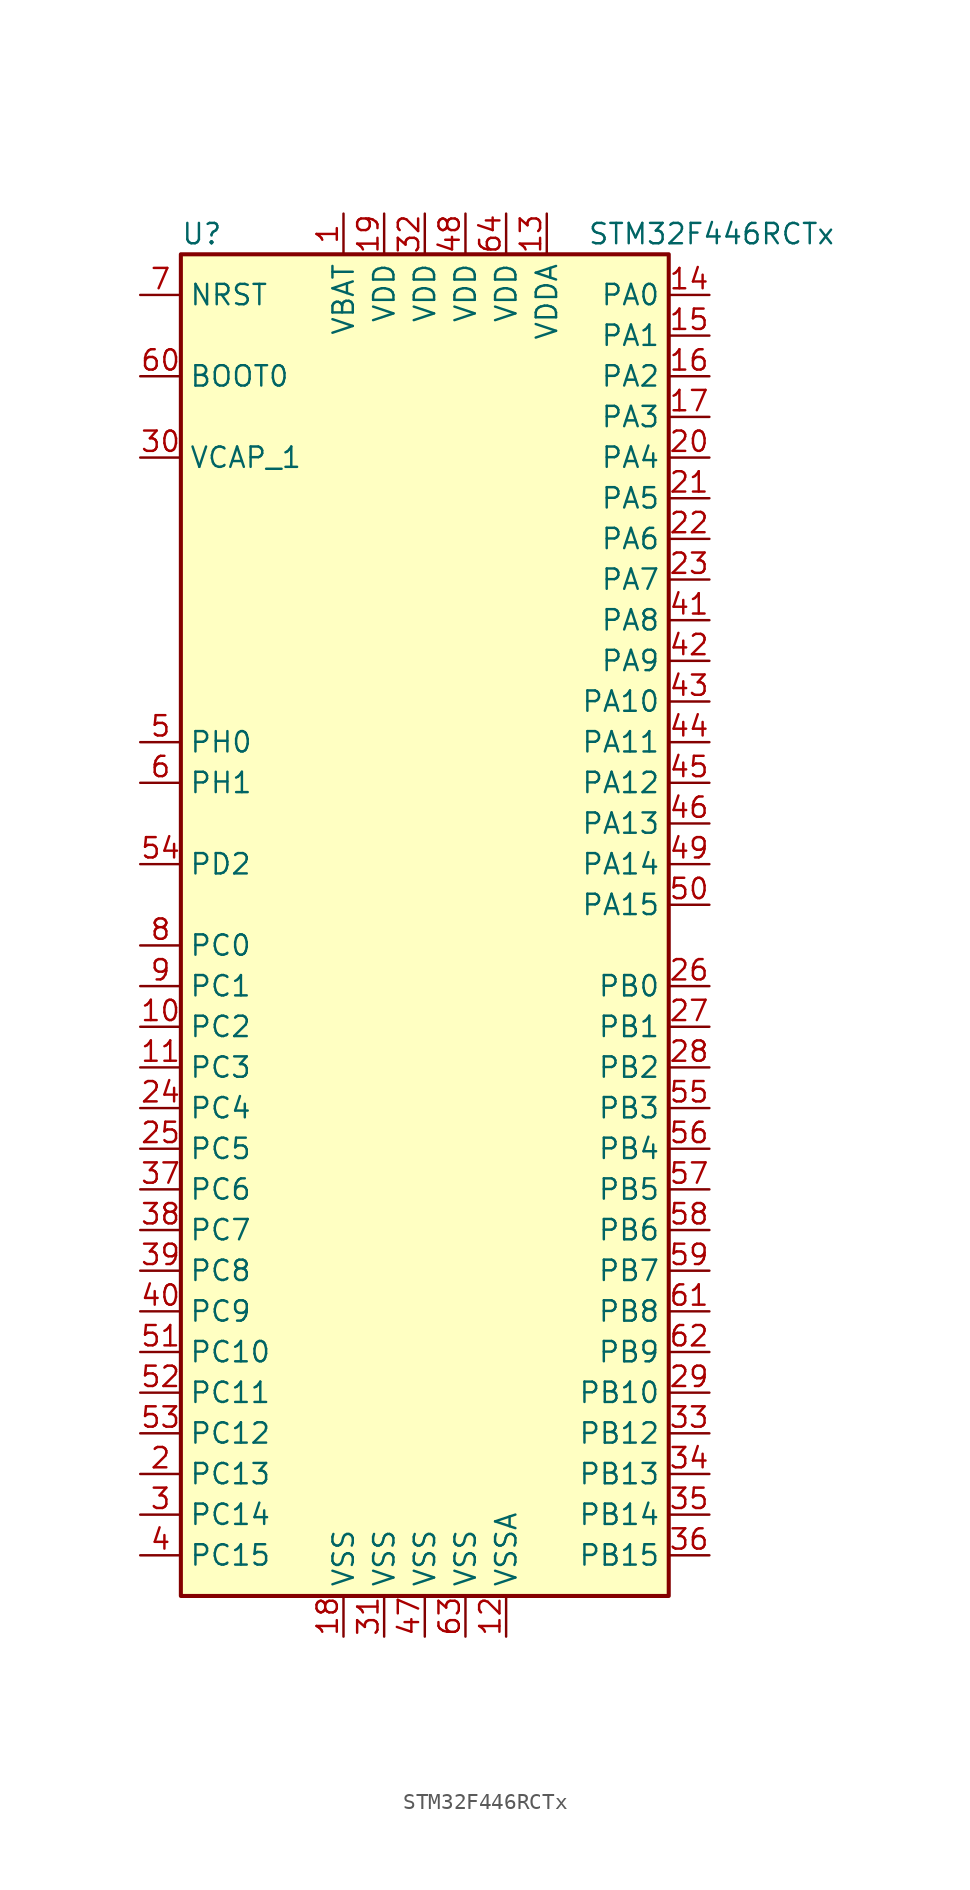
<source format=kicad_sym>
(kicad_symbol_lib
  (version 20211014)
  (generator kicad_symbol_editor)
  (symbol "STM32F446RCTx"
    (property "Reference" "U"
      (at -15.24 41.91 0)
      (effects (font (size 1.27 1.27)) (justify left)))
    (property "Value" "STM32F446RCTx"
      (at 10.16 41.91 0)
      (effects (font (size 1.27 1.27)) (justify left)))
    (symbol "STM32F446RCTx_0_1"
      (rectangle (start -15.24 -43.18) (end 15.24 40.64) (stroke (width 0.254) (type default) (color 0 0 0 0)) (fill (type background))))
    (symbol "STM32F446RCTx_1_1"
      (pin power_in line (at -5.08 43.18 270) (length 2.54) (name "VBAT" (effects (font (size 1.27 1.27)))) (number "1" (effects (font (size 1.27 1.27)))))
      (pin tri_state line (at -17.78 -7.62 0) (length 2.54) (name "PC2" (effects (font (size 1.27 1.27)))) (number "10" (effects (font (size 1.27 1.27)))))
      (pin tri_state line (at -17.78 -10.16 0) (length 2.54) (name "PC3" (effects (font (size 1.27 1.27)))) (number "11" (effects (font (size 1.27 1.27)))))
      (pin power_in line (at 5.08 -45.72 90) (length 2.54) (name "VSSA" (effects (font (size 1.27 1.27)))) (number "12" (effects (font (size 1.27 1.27)))))
      (pin power_in line (at 7.62 43.18 270) (length 2.54) (name "VDDA" (effects (font (size 1.27 1.27)))) (number "13" (effects (font (size 1.27 1.27)))))
      (pin tri_state line (at 17.78 38.1 180) (length 2.54) (name "PA0" (effects (font (size 1.27 1.27)))) (number "14" (effects (font (size 1.27 1.27)))))
      (pin tri_state line (at 17.78 35.56 180) (length 2.54) (name "PA1" (effects (font (size 1.27 1.27)))) (number "15" (effects (font (size 1.27 1.27)))))
      (pin tri_state line (at 17.78 33.02 180) (length 2.54) (name "PA2" (effects (font (size 1.27 1.27)))) (number "16" (effects (font (size 1.27 1.27)))))
      (pin tri_state line (at 17.78 30.48 180) (length 2.54) (name "PA3" (effects (font (size 1.27 1.27)))) (number "17" (effects (font (size 1.27 1.27)))))
      (pin power_in line (at -5.08 -45.72 90) (length 2.54) (name "VSS" (effects (font (size 1.27 1.27)))) (number "18" (effects (font (size 1.27 1.27)))))
      (pin power_in line (at -2.54 43.18 270) (length 2.54) (name "VDD" (effects (font (size 1.27 1.27)))) (number "19" (effects (font (size 1.27 1.27)))))
      (pin tri_state line (at -17.78 -35.56 0) (length 2.54) (name "PC13" (effects (font (size 1.27 1.27)))) (number "2" (effects (font (size 1.27 1.27)))))
      (pin tri_state line (at 17.78 27.94 180) (length 2.54) (name "PA4" (effects (font (size 1.27 1.27)))) (number "20" (effects (font (size 1.27 1.27)))))
      (pin tri_state line (at 17.78 25.4 180) (length 2.54) (name "PA5" (effects (font (size 1.27 1.27)))) (number "21" (effects (font (size 1.27 1.27)))))
      (pin tri_state line (at 17.78 22.86 180) (length 2.54) (name "PA6" (effects (font (size 1.27 1.27)))) (number "22" (effects (font (size 1.27 1.27)))))
      (pin tri_state line (at 17.78 20.32 180) (length 2.54) (name "PA7" (effects (font (size 1.27 1.27)))) (number "23" (effects (font (size 1.27 1.27)))))
      (pin tri_state line (at -17.78 -12.7 0) (length 2.54) (name "PC4" (effects (font (size 1.27 1.27)))) (number "24" (effects (font (size 1.27 1.27)))))
      (pin tri_state line (at -17.78 -15.24 0) (length 2.54) (name "PC5" (effects (font (size 1.27 1.27)))) (number "25" (effects (font (size 1.27 1.27)))))
      (pin tri_state line (at 17.78 -5.08 180) (length 2.54) (name "PB0" (effects (font (size 1.27 1.27)))) (number "26" (effects (font (size 1.27 1.27)))))
      (pin tri_state line (at 17.78 -7.62 180) (length 2.54) (name "PB1" (effects (font (size 1.27 1.27)))) (number "27" (effects (font (size 1.27 1.27)))))
      (pin tri_state line (at 17.78 -10.16 180) (length 2.54) (name "PB2" (effects (font (size 1.27 1.27)))) (number "28" (effects (font (size 1.27 1.27)))))
      (pin tri_state line (at 17.78 -30.48 180) (length 2.54) (name "PB10" (effects (font (size 1.27 1.27)))) (number "29" (effects (font (size 1.27 1.27)))))
      (pin tri_state line (at -17.78 -38.1 0) (length 2.54) (name "PC14" (effects (font (size 1.27 1.27)))) (number "3" (effects (font (size 1.27 1.27)))))
      (pin power_out line (at -17.78 27.94 0) (length 2.54) (name "VCAP_1" (effects (font (size 1.27 1.27)))) (number "30" (effects (font (size 1.27 1.27)))))
      (pin power_in line (at -2.54 -45.72 90) (length 2.54) (name "VSS" (effects (font (size 1.27 1.27)))) (number "31" (effects (font (size 1.27 1.27)))))
      (pin power_in line (at 0 43.18 270) (length 2.54) (name "VDD" (effects (font (size 1.27 1.27)))) (number "32" (effects (font (size 1.27 1.27)))))
      (pin tri_state line (at 17.78 -33.02 180) (length 2.54) (name "PB12" (effects (font (size 1.27 1.27)))) (number "33" (effects (font (size 1.27 1.27)))))
      (pin tri_state line (at 17.78 -35.56 180) (length 2.54) (name "PB13" (effects (font (size 1.27 1.27)))) (number "34" (effects (font (size 1.27 1.27)))))
      (pin tri_state line (at 17.78 -38.1 180) (length 2.54) (name "PB14" (effects (font (size 1.27 1.27)))) (number "35" (effects (font (size 1.27 1.27)))))
      (pin tri_state line (at 17.78 -40.64 180) (length 2.54) (name "PB15" (effects (font (size 1.27 1.27)))) (number "36" (effects (font (size 1.27 1.27)))))
      (pin tri_state line (at -17.78 -17.78 0) (length 2.54) (name "PC6" (effects (font (size 1.27 1.27)))) (number "37" (effects (font (size 1.27 1.27)))))
      (pin tri_state line (at -17.78 -20.32 0) (length 2.54) (name "PC7" (effects (font (size 1.27 1.27)))) (number "38" (effects (font (size 1.27 1.27)))))
      (pin tri_state line (at -17.78 -22.86 0) (length 2.54) (name "PC8" (effects (font (size 1.27 1.27)))) (number "39" (effects (font (size 1.27 1.27)))))
      (pin tri_state line (at -17.78 -40.64 0) (length 2.54) (name "PC15" (effects (font (size 1.27 1.27)))) (number "4" (effects (font (size 1.27 1.27)))))
      (pin tri_state line (at -17.78 -25.4 0) (length 2.54) (name "PC9" (effects (font (size 1.27 1.27)))) (number "40" (effects (font (size 1.27 1.27)))))
      (pin tri_state line (at 17.78 17.78 180) (length 2.54) (name "PA8" (effects (font (size 1.27 1.27)))) (number "41" (effects (font (size 1.27 1.27)))))
      (pin tri_state line (at 17.78 15.24 180) (length 2.54) (name "PA9" (effects (font (size 1.27 1.27)))) (number "42" (effects (font (size 1.27 1.27)))))
      (pin tri_state line (at 17.78 12.7 180) (length 2.54) (name "PA10" (effects (font (size 1.27 1.27)))) (number "43" (effects (font (size 1.27 1.27)))))
      (pin tri_state line (at 17.78 10.16 180) (length 2.54) (name "PA11" (effects (font (size 1.27 1.27)))) (number "44" (effects (font (size 1.27 1.27)))))
      (pin tri_state line (at 17.78 7.62 180) (length 2.54) (name "PA12" (effects (font (size 1.27 1.27)))) (number "45" (effects (font (size 1.27 1.27)))))
      (pin tri_state line (at 17.78 5.08 180) (length 2.54) (name "PA13" (effects (font (size 1.27 1.27)))) (number "46" (effects (font (size 1.27 1.27)))))
      (pin power_in line (at 0 -45.72 90) (length 2.54) (name "VSS" (effects (font (size 1.27 1.27)))) (number "47" (effects (font (size 1.27 1.27)))))
      (pin power_in line (at 2.54 43.18 270) (length 2.54) (name "VDD" (effects (font (size 1.27 1.27)))) (number "48" (effects (font (size 1.27 1.27)))))
      (pin tri_state line (at 17.78 2.54 180) (length 2.54) (name "PA14" (effects (font (size 1.27 1.27)))) (number "49" (effects (font (size 1.27 1.27)))))
      (pin tri_state line (at -17.78 10.16 0) (length 2.54) (name "PH0" (effects (font (size 1.27 1.27)))) (number "5" (effects (font (size 1.27 1.27)))))
      (pin tri_state line (at 17.78 0 180) (length 2.54) (name "PA15" (effects (font (size 1.27 1.27)))) (number "50" (effects (font (size 1.27 1.27)))))
      (pin tri_state line (at -17.78 -27.94 0) (length 2.54) (name "PC10" (effects (font (size 1.27 1.27)))) (number "51" (effects (font (size 1.27 1.27)))))
      (pin tri_state line (at -17.78 -30.48 0) (length 2.54) (name "PC11" (effects (font (size 1.27 1.27)))) (number "52" (effects (font (size 1.27 1.27)))))
      (pin tri_state line (at -17.78 -33.02 0) (length 2.54) (name "PC12" (effects (font (size 1.27 1.27)))) (number "53" (effects (font (size 1.27 1.27)))))
      (pin tri_state line (at -17.78 2.54 0) (length 2.54) (name "PD2" (effects (font (size 1.27 1.27)))) (number "54" (effects (font (size 1.27 1.27)))))
      (pin tri_state line (at 17.78 -12.7 180) (length 2.54) (name "PB3" (effects (font (size 1.27 1.27)))) (number "55" (effects (font (size 1.27 1.27)))))
      (pin tri_state line (at 17.78 -15.24 180) (length 2.54) (name "PB4" (effects (font (size 1.27 1.27)))) (number "56" (effects (font (size 1.27 1.27)))))
      (pin tri_state line (at 17.78 -17.78 180) (length 2.54) (name "PB5" (effects (font (size 1.27 1.27)))) (number "57" (effects (font (size 1.27 1.27)))))
      (pin tri_state line (at 17.78 -20.32 180) (length 2.54) (name "PB6" (effects (font (size 1.27 1.27)))) (number "58" (effects (font (size 1.27 1.27)))))
      (pin tri_state line (at 17.78 -22.86 180) (length 2.54) (name "PB7" (effects (font (size 1.27 1.27)))) (number "59" (effects (font (size 1.27 1.27)))))
      (pin tri_state line (at -17.78 7.62 0) (length 2.54) (name "PH1" (effects (font (size 1.27 1.27)))) (number "6" (effects (font (size 1.27 1.27)))))
      (pin input line (at -17.78 33.02 0) (length 2.54) (name "BOOT0" (effects (font (size 1.27 1.27)))) (number "60" (effects (font (size 1.27 1.27)))))
      (pin passive line (at 17.78 -25.4 180) (length 2.54) (name "PB8" (effects (font (size 1.27 1.27)))) (number "61" (effects (font (size 1.27 1.27)))))
      (pin tri_state line (at 17.78 -27.94 180) (length 2.54) (name "PB9" (effects (font (size 1.27 1.27)))) (number "62" (effects (font (size 1.27 1.27)))))
      (pin power_in line (at 2.54 -45.72 90) (length 2.54) (name "VSS" (effects (font (size 1.27 1.27)))) (number "63" (effects (font (size 1.27 1.27)))))
      (pin power_in line (at 5.08 43.18 270) (length 2.54) (name "VDD" (effects (font (size 1.27 1.27)))) (number "64" (effects (font (size 1.27 1.27)))))
      (pin input line (at -17.78 38.1 0) (length 2.54) (name "NRST" (effects (font (size 1.27 1.27)))) (number "7" (effects (font (size 1.27 1.27)))))
      (pin tri_state line (at -17.78 -2.54 0) (length 2.54) (name "PC0" (effects (font (size 1.27 1.27)))) (number "8" (effects (font (size 1.27 1.27)))))
      (pin tri_state line (at -17.78 -5.08 0) (length 2.54) (name "PC1" (effects (font (size 1.27 1.27)))) (number "9" (effects (font (size 1.27 1.27))))))))
</source>
